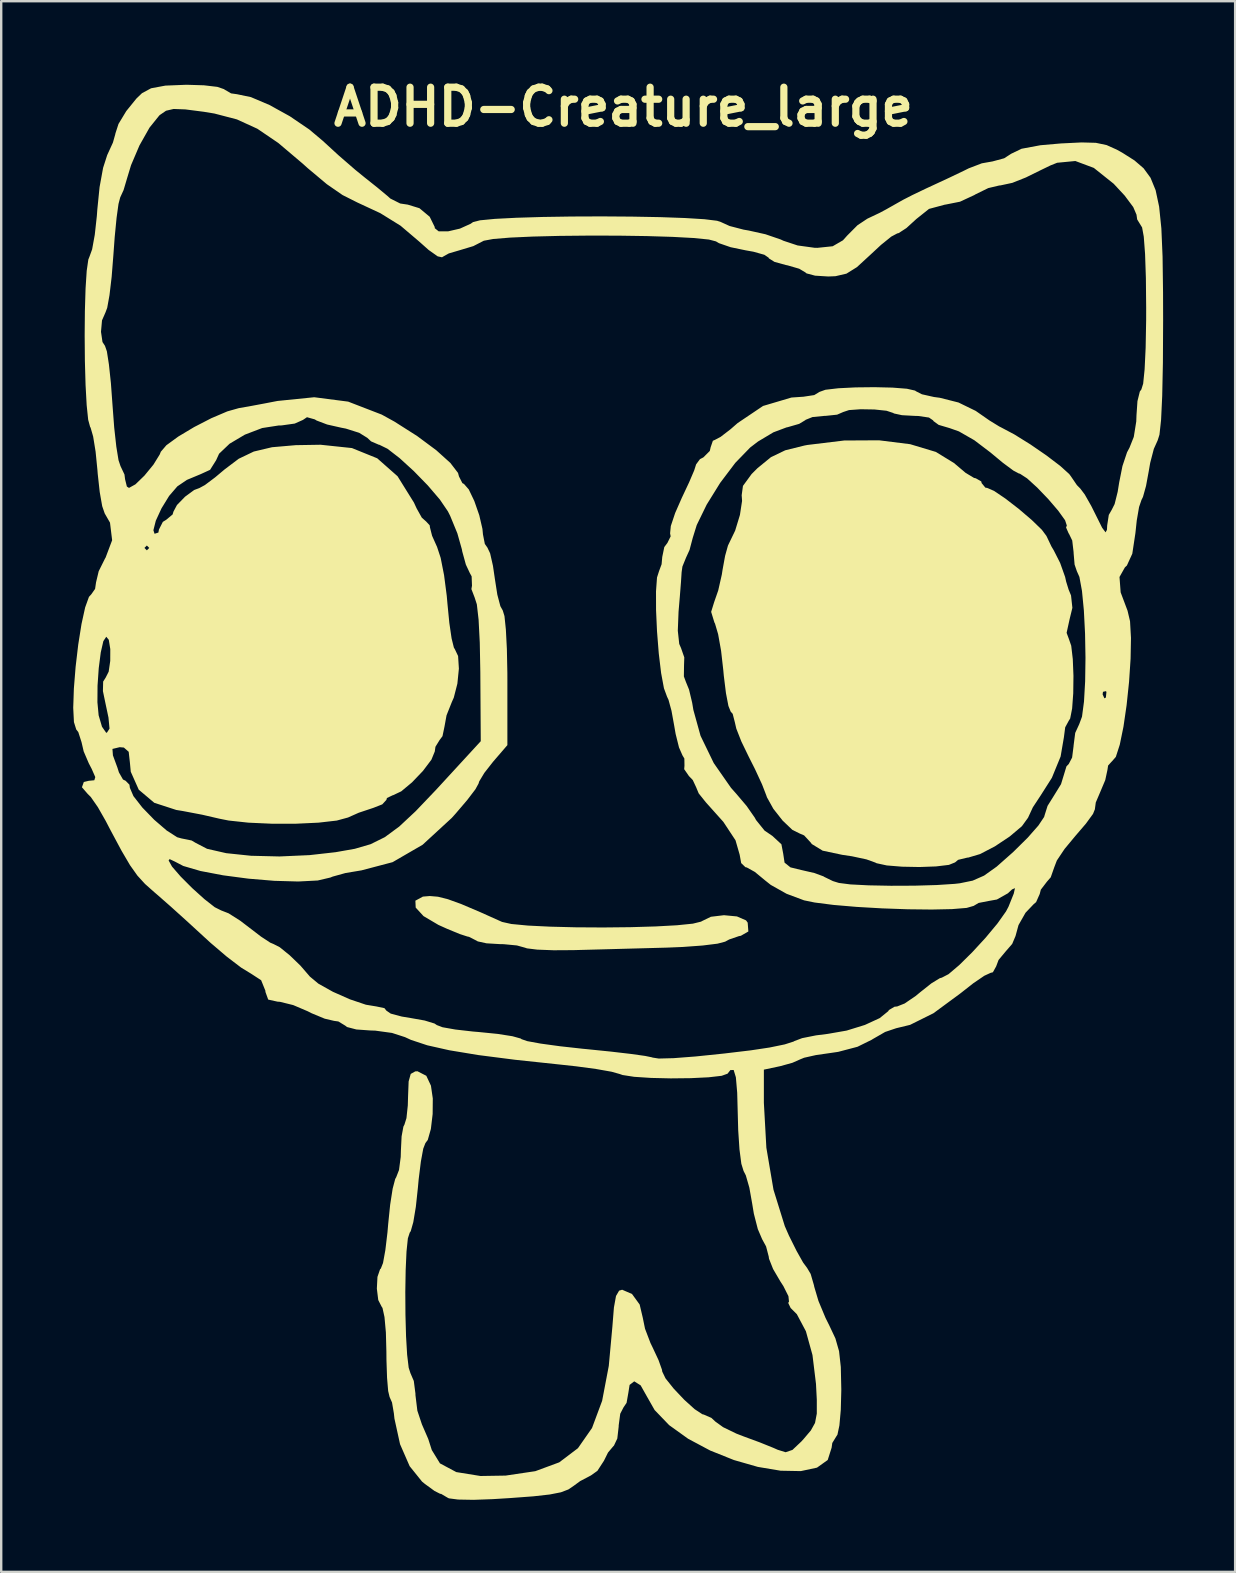
<source format=kicad_pcb>
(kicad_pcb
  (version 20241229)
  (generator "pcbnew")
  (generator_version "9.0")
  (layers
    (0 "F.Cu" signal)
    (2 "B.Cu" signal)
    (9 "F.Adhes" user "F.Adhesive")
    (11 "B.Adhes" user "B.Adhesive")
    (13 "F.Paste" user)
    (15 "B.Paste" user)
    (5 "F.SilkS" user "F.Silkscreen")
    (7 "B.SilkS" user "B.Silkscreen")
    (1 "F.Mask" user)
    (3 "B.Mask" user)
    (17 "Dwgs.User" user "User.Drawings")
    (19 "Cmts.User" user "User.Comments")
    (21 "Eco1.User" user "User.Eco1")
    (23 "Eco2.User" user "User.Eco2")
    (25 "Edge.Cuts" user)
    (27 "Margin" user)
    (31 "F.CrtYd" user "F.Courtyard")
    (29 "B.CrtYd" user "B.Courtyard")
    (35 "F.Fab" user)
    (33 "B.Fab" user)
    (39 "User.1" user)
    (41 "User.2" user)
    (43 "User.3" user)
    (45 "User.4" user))
  (footprint "ADHD-Creature_large"
    (layer "F.Cu")
    (at 22.923 28.074)
    (property "Reference" "ADHD-Creature_large" (at 0 -26.67 0) (layer "F.SilkS") (effects (font (size 1.5 1.5) (thickness 0.3))))
    (attr board_only exclude_from_pos_files exclude_from_bom)
    (fp_poly (pts (xy -7.73 6.229) (xy -7.315 6.333) (xy -6.751 6.538) (xy -5.964 6.873) (xy -5.059 7.279) (xy -4.672 7.365) (xy -3.981 7.431) (xy -3.063 7.476) (xy -1.995 7.503) (xy -0.856 7.51) (xy 0.28 7.498) (xy 1.333 7.467) (xy 2.228 7.418) (xy 2.887 7.351) (xy 3.234 7.266) (xy 3.256 7.25) (xy 3.64 7.064) (xy 4.184 6.999) (xy 4.725 7.05) (xy 5.103 7.214) (xy 5.172 7.309) (xy 5.2 7.677) (xy 4.888 7.856) (xy 4.806 7.871) (xy 4.401 8.01) (xy 4.233 8.101) (xy 3.914 8.185) (xy 3.291 8.262) (xy 2.465 8.322) (xy 1.814 8.349) (xy 0.667 8.38) (xy -0.579 8.414) (xy -1.714 8.444) (xy -2.086 8.454) (xy -2.912 8.459) (xy -3.594 8.433) (xy -4.023 8.38) (xy -4.102 8.353) (xy -4.44 8.259) (xy -4.993 8.206) (xy -5.157 8.203) (xy -5.708 8.17) (xy -6.072 8.09) (xy -6.121 8.061) (xy -6.437 7.9) (xy -6.507 7.886) (xy -6.82 7.784) (xy -7.351 7.565) (xy -7.711 7.403) (xy -8.332 7.036) (xy -8.657 6.682) (xy -8.67 6.394) (xy -8.357 6.224) (xy -8.069 6.2)) (stroke (width 0) (type solid)) (fill yes) (layer "F.SilkS"))
    (fp_poly (pts (xy 11.941 -12.621) (xy 13.011 -12.299) (xy 13.78 -11.827) (xy 13.812 -11.797) (xy 14.25 -11.427) (xy 14.599 -11.217) (xy 14.675 -11.2) (xy 14.902 -11.069) (xy 14.917 -11) (xy 15.074 -10.81) (xy 15.147 -10.8) (xy 15.435 -10.675) (xy 15.91 -10.354) (xy 16.468 -9.922) (xy 17.008 -9.461) (xy 17.426 -9.055) (xy 17.616 -8.8) (xy 17.826 -8.359) (xy 17.921 -8.2) (xy 18.187 -7.675) (xy 18.395 -7.09) (xy 18.437 -6.9) (xy 18.541 -6.563) (xy 18.641 -6.321) (xy 18.697 -5.805) (xy 18.581 -5.329) (xy 18.457 -4.763) (xy 18.548 -4.518) (xy 18.649 -4.227) (xy 18.714 -3.671) (xy 18.742 -2.97) (xy 18.733 -2.244) (xy 18.687 -1.612) (xy 18.605 -1.194) (xy 18.546 -1.1) (xy 18.398 -0.828) (xy 18.344 -0.413) (xy 18.207 0.388) (xy 17.843 1.276) (xy 17.383 2) (xy 17.05 2.506) (xy 16.85 2.939) (xy 16.594 3.292) (xy 16.091 3.717) (xy 15.468 4.132) (xy 14.85 4.453) (xy 14.363 4.598) (xy 14.322 4.6) (xy 13.937 4.693) (xy 13.809 4.8) (xy 13.553 4.903) (xy 13.018 4.967) (xy 12.327 4.992) (xy 11.602 4.978) (xy 10.966 4.926) (xy 10.542 4.834) (xy 10.484 4.805) (xy 10.12 4.674) (xy 9.518 4.545) (xy 9.11 4.484) (xy 8.295 4.311) (xy 7.843 4.035) (xy 7.8 3.975) (xy 7.523 3.675) (xy 7.347 3.6) (xy 7.034 3.445) (xy 6.63 3.061) (xy 6.242 2.569) (xy 5.975 2.089) (xy 5.944 2) (xy 5.771 1.552) (xy 5.476 0.914) (xy 5.217 0.4) (xy 4.908 -0.238) (xy 4.698 -0.773) (xy 4.637 -1.038) (xy 4.547 -1.389) (xy 4.464 -1.482) (xy 4.369 -1.718) (xy 4.267 -2.25) (xy 4.177 -2.978) (xy 4.156 -3.205) (xy 4.064 -4.016) (xy 3.941 -4.705) (xy 3.811 -5.147) (xy 3.784 -5.199) (xy 3.65 -5.637) (xy 3.774 -6.038) (xy 3.945 -6.53) (xy 4.094 -7.188) (xy 4.124 -7.381) (xy 4.231 -7.969) (xy 4.35 -8.397) (xy 4.39 -8.481) (xy 4.65 -9.021) (xy 4.849 -9.674) (xy 4.938 -10.26) (xy 4.922 -10.496) (xy 4.975 -10.884) (xy 5.335 -11.377) (xy 5.585 -11.627) (xy 6.14 -12.08) (xy 6.736 -12.367) (xy 7.542 -12.567) (xy 7.66 -12.589) (xy 9.193 -12.775) (xy 10.644 -12.783)) (stroke (width 0) (type solid)) (fill yes) (layer "F.SilkS"))
    (fp_poly (pts (xy -17.477 -27.571) (xy -16.917 -27.505) (xy -16.638 -27.409) (xy -16.631 -27.4) (xy -16.347 -27.234) (xy -16.103 -27.2) (xy -15.52 -27.078) (xy -14.749 -26.751) (xy -13.901 -26.282) (xy -13.09 -25.731) (xy -12.526 -25.256) (xy -11.869 -24.653) (xy -11.177 -24.053) (xy -10.785 -23.734) (xy -10.261 -23.317) (xy -9.841 -22.968) (xy -9.712 -22.853) (xy -9.302 -22.647) (xy -8.987 -22.6) (xy -8.501 -22.451) (xy -8.074 -22.095) (xy -7.865 -21.67) (xy -7.862 -21.618) (xy -7.699 -21.487) (xy -7.304 -21.488) (xy -6.814 -21.601) (xy -6.368 -21.803) (xy -6.268 -21.873) (xy -5.978 -21.947) (xy -5.354 -22.007) (xy -4.465 -22.053) (xy -3.38 -22.086) (xy -2.168 -22.105) (xy -0.899 -22.11) (xy 0.359 -22.101) (xy 1.537 -22.079) (xy 2.565 -22.042) (xy 3.375 -21.992) (xy 3.897 -21.928) (xy 4.051 -21.877) (xy 4.419 -21.71) (xy 4.999 -21.559) (xy 5.212 -21.522) (xy 5.913 -21.366) (xy 6.548 -21.148) (xy 6.664 -21.094) (xy 7.25 -20.9) (xy 7.954 -20.803) (xy 8.075 -20.8) (xy 8.712 -20.866) (xy 9.14 -21.114) (xy 9.321 -21.315) (xy 9.745 -21.741) (xy 10.156 -22.014) (xy 10.67 -22.258) (xy 10.936 -22.4) (xy 11.431 -22.68) (xy 11.642 -22.799) (xy 12.032 -22.999) (xy 12.614 -23.278) (xy 12.902 -23.411) (xy 13.576 -23.724) (xy 14.198 -24.022) (xy 14.379 -24.112) (xy 14.925 -24.321) (xy 15.371 -24.4) (xy 15.856 -24.531) (xy 16.151 -24.721) (xy 16.582 -24.928) (xy 17.365 -25.074) (xy 18.219 -25.149) (xy 19.084 -25.191) (xy 19.676 -25.175) (xy 20.122 -25.081) (xy 20.55 -24.889) (xy 20.803 -24.746) (xy 21.284 -24.441) (xy 21.663 -24.115) (xy 21.953 -23.718) (xy 22.165 -23.2) (xy 22.311 -22.514) (xy 22.404 -21.608) (xy 22.454 -20.433) (xy 22.474 -18.941) (xy 22.477 -17.781) (xy 22.468 -16.01) (xy 22.439 -14.631) (xy 22.392 -13.637) (xy 22.325 -13.018) (xy 22.25 -12.781) (xy 22.09 -12.426) (xy 21.938 -11.841) (xy 21.879 -11.5) (xy 21.765 -10.882) (xy 21.638 -10.426) (xy 21.576 -10.3) (xy 21.475 -10.004) (xy 21.379 -9.445) (xy 21.323 -8.92) (xy 21.193 -8.059) (xy 20.967 -7.566) (xy 20.886 -7.491) (xy 20.66 -7.09) (xy 20.708 -6.449) (xy 20.995 -5.686) (xy 21.099 -5.246) (xy 21.138 -4.55) (xy 21.122 -3.682) (xy 21.058 -2.721) (xy 20.956 -1.751) (xy 20.825 -0.852) (xy 20.672 -0.106) (xy 20.507 0.405) (xy 20.337 0.6) (xy 20.334 0.6) (xy 20.185 0.765) (xy 20.157 0.95) (xy 20.066 1.372) (xy 19.856 1.871) (xy 19.672 2.303) (xy 19.636 2.569) (xy 19.639 2.575) (xy 19.557 2.779) (xy 19.262 3.184) (xy 18.832 3.685) (xy 18.372 4.239) (xy 18.05 4.721) (xy 17.941 5.006) (xy 17.796 5.42) (xy 17.639 5.6) (xy 17.383 5.935) (xy 17.337 6.115) (xy 17.186 6.454) (xy 17.085 6.54) (xy 16.746 6.896) (xy 16.453 7.411) (xy 16.329 7.866) (xy 16.19 8.195) (xy 15.925 8.5) (xy 15.622 8.864) (xy 15.522 9.131) (xy 15.386 9.376) (xy 15.292 9.4) (xy 15.029 9.521) (xy 14.567 9.836) (xy 14.032 10.256) (xy 12.91 11.083) (xy 11.936 11.567) (xy 11.358 11.707) (xy 10.898 11.862) (xy 10.375 12.163) (xy 10.345 12.184) (xy 9.745 12.48) (xy 8.943 12.691) (xy 8.664 12.732) (xy 8.013 12.826) (xy 7.524 12.936) (xy 7.358 13.004) (xy 7.032 13.148) (xy 6.521 13.289) (xy 6.501 13.293) (xy 5.846 13.432) (xy 5.846 14.812) (xy 5.95 16.685) (xy 6.247 18.434) (xy 6.718 19.951) (xy 6.89 20.344) (xy 7.209 20.984) (xy 7.481 21.468) (xy 7.647 21.692) (xy 7.647 21.692) (xy 7.795 21.942) (xy 7.933 22.415) (xy 7.945 22.478) (xy 8.12 23.067) (xy 8.416 23.777) (xy 8.573 24.091) (xy 8.826 24.628) (xy 8.978 25.159) (xy 9.051 25.818) (xy 9.071 26.736) (xy 9.071 26.799) (xy 9.05 27.605) (xy 8.993 28.25) (xy 8.911 28.637) (xy 8.87 28.7) (xy 8.696 28.984) (xy 8.668 29.181) (xy 8.506 29.692) (xy 8.059 30.011) (xy 7.385 30.155) (xy 6.545 30.139) (xy 5.596 29.98) (xy 4.598 29.694) (xy 3.61 29.298) (xy 2.691 28.808) (xy 1.9 28.24) (xy 1.295 27.611) (xy 0.976 27.05) (xy 0.713 26.583) (xy 0.446 26.416) (xy 0.253 26.565) (xy 0.202 26.888) (xy 0.127 27.312) (xy 0 27.5) (xy -0.137 27.766) (xy -0.201 28.249) (xy -0.202 28.3) (xy -0.259 28.797) (xy -0.4 29.096) (xy -0.416 29.108) (xy -0.646 29.382) (xy -0.816 29.725) (xy -1.088 30.144) (xy -1.358 30.336) (xy -1.804 30.57) (xy -2.068 30.763) (xy -2.296 30.919) (xy -2.608 31.038) (xy -3.072 31.129) (xy -3.759 31.206) (xy -4.739 31.279) (xy -5.447 31.323) (xy -6.246 31.352) (xy -6.89 31.34) (xy -7.274 31.29) (xy -7.328 31.263) (xy -7.596 31.105) (xy -7.639 31.1) (xy -7.873 30.982) (xy -8.273 30.69) (xy -8.393 30.592) (xy -8.909 29.95) (xy -9.309 29.034) (xy -9.543 27.966) (xy -9.566 27.749) (xy -9.643 27.297) (xy -9.745 27.066) (xy -9.804 26.818) (xy -9.85 26.271) (xy -9.875 25.523) (xy -9.878 25.178) (xy -9.899 24.378) (xy -9.957 23.738) (xy -10.04 23.358) (xy -10.079 23.3) (xy -10.217 23.029) (xy -10.275 22.555) (xy -10.25 22.065) (xy -10.14 21.744) (xy -10.11 21.719) (xy -10.018 21.484) (xy -9.921 20.949) (xy -9.833 20.209) (xy -9.803 19.862) (xy -9.72 19.052) (xy -9.617 18.391) (xy -9.51 17.984) (xy -9.47 17.915) (xy -9.352 17.611) (xy -9.281 17.068) (xy -9.273 16.793) (xy -9.244 16.21) (xy -9.169 15.805) (xy -9.126 15.721) (xy -9.042 15.452) (xy -8.986 14.924) (xy -8.975 14.537) (xy -8.951 13.922) (xy -8.864 13.61) (xy -8.676 13.505) (xy -8.582 13.5) (xy -8.215 13.688) (xy -8.022 14.1) (xy -7.945 14.632) (xy -7.951 15.281) (xy -8.025 15.904) (xy -8.154 16.359) (xy -8.253 16.492) (xy -8.343 16.725) (xy -8.441 17.259) (xy -8.533 17.998) (xy -8.565 18.347) (xy -8.651 19.146) (xy -8.757 19.784) (xy -8.864 20.162) (xy -8.905 20.22) (xy -8.983 20.46) (xy -9.04 21.011) (xy -9.075 21.783) (xy -9.09 22.688) (xy -9.084 23.635) (xy -9.059 24.538) (xy -9.014 25.305) (xy -8.949 25.849) (xy -8.877 26.073) (xy -8.736 26.4) (xy -8.668 26.924) (xy -8.667 26.99) (xy -8.588 27.639) (xy -8.398 28.209) (xy -8.396 28.213) (xy -8.134 28.817) (xy -7.987 29.277) (xy -7.646 29.833) (xy -6.966 30.196) (xy -5.958 30.359) (xy -4.912 30.342) (xy -3.674 30.158) (xy -2.678 29.79) (xy -1.899 29.201) (xy -1.312 28.359) (xy -0.891 27.227) (xy -0.614 25.773) (xy -0.465 24.15) (xy -0.4 23.34) (xy -0.313 22.86) (xy -0.184 22.639) (xy -0.057 22.6) (xy 0.353 22.777) (xy 0.672 23.216) (xy 0.8 23.758) (xy 0.895 24.223) (xy 1.123 24.821) (xy 1.21 25) (xy 1.458 25.531) (xy 1.6 25.928) (xy 1.613 26.01) (xy 1.749 26.292) (xy 2.089 26.718) (xy 2.528 27.182) (xy 2.961 27.574) (xy 3.285 27.787) (xy 3.343 27.8) (xy 3.661 27.939) (xy 3.821 28.089) (xy 4.148 28.325) (xy 4.7 28.593) (xy 5.005 28.711) (xy 5.67 28.956) (xy 6.25 29.19) (xy 6.421 29.266) (xy 6.751 29.369) (xy 7.037 29.272) (xy 7.41 28.919) (xy 7.504 28.815) (xy 7.803 28.462) (xy 7.977 28.149) (xy 8.051 27.76) (xy 8.051 27.179) (xy 8.017 26.521) (xy 7.871 25.321) (xy 7.597 24.33) (xy 7.219 23.618) (xy 6.961 23.361) (xy 6.86 23.149) (xy 6.893 23.095) (xy 6.869 22.868) (xy 6.659 22.449) (xy 6.534 22.256) (xy 6.23 21.737) (xy 6.06 21.308) (xy 6.048 21.217) (xy 5.938 20.796) (xy 5.774 20.495) (xy 5.594 20.075) (xy 5.429 19.433) (xy 5.358 19.005) (xy 5.241 18.347) (xy 5.094 17.836) (xy 5.001 17.654) (xy 4.908 17.354) (xy 4.83 16.754) (xy 4.777 15.953) (xy 4.762 15.399) (xy 4.735 14.392) (xy 4.68 13.752) (xy 4.588 13.448) (xy 4.452 13.449) (xy 4.334 13.6) (xy 4.087 13.689) (xy 3.541 13.751) (xy 2.8 13.787) (xy 1.968 13.796) (xy 1.148 13.777) (xy 0.444 13.731) (xy -0.04 13.656) (xy -0.154 13.616) (xy -0.494 13.52) (xy -1.133 13.407) (xy -1.97 13.294) (xy -2.621 13.223) (xy -4.516 13.021) (xy -6.047 12.825) (xy -7.255 12.625) (xy -8.178 12.417) (xy -8.856 12.192) (xy -9.103 12.078) (xy -9.644 11.903) (xy -10.342 11.807) (xy -10.552 11.8) (xy -11.128 11.759) (xy -11.518 11.657) (xy -11.591 11.6) (xy -11.879 11.425) (xy -12.06 11.4) (xy -12.448 11.309) (xy -12.993 11.083) (xy -13.156 11) (xy -13.759 10.743) (xy -14.31 10.607) (xy -14.413 10.6) (xy -14.801 10.514) (xy -14.917 10.192) (xy -14.917 10.149) (xy -15.095 9.708) (xy -15.511 9.437) (xy -15.928 9.182) (xy -16.524 8.728) (xy -17.194 8.157) (xy -17.434 7.938) (xy -18.147 7.283) (xy -18.856 6.643) (xy -19.436 6.134) (xy -19.552 6.035) (xy -19.932 5.697) (xy -20.249 5.35) (xy -20.557 4.916) (xy -20.911 4.313) (xy -21.368 3.46) (xy -21.57 3.072) (xy -21.897 2.498) (xy -22.192 2.074) (xy -22.326 1.94) (xy -22.56 1.669) (xy -22.482 1.45) (xy -22.275 1.4) (xy -22.044 1.378) (xy -22.004 1.246) (xy -22.154 0.903) (xy -22.274 0.673) (xy -22.488 0.174) (xy -22.511 0.073) (xy -21.289 0.073) (xy -21.269 0.344) (xy -21.266 0.35) (xy -21.081 0.854) (xy -21.019 1.05) (xy -20.85 1.346) (xy -20.74 1.4) (xy -20.581 1.562) (xy -20.562 1.696) (xy -20.415 2.038) (xy -20.044 2.514) (xy -19.549 3.024) (xy -19.031 3.47) (xy -18.594 3.751) (xy -18.419 3.8) (xy -17.993 3.886) (xy -17.83 3.982) (xy -17.348 4.233) (xy -16.55 4.415) (xy -15.517 4.523) (xy -14.332 4.552) (xy -13.076 4.496) (xy -11.994 4.374) (xy -11.193 4.233) (xy -10.535 4.041) (xy -9.944 3.748) (xy -9.344 3.307) (xy -8.659 2.667) (xy -7.812 1.779) (xy -7.579 1.526) (xy -5.947 -0.249) (xy -5.965 -3.132) (xy -5.988 -4.354) (xy -6.037 -5.308) (xy -6.11 -5.95) (xy -6.201 -6.232) (xy -6.337 -6.586) (xy -6.312 -6.727) (xy -6.327 -7.117) (xy -6.402 -7.253) (xy -6.567 -7.605) (xy -6.717 -8.15) (xy -6.735 -8.247) (xy -6.922 -8.908) (xy -7.221 -9.636) (xy -7.316 -9.824) (xy -7.651 -10.316) (xy -8.153 -10.903) (xy -8.738 -11.503) (xy -9.325 -12.039) (xy -9.832 -12.431) (xy -10.175 -12.599) (xy -10.196 -12.6) (xy -10.516 -12.739) (xy -10.671 -12.884) (xy -11.011 -13.095) (xy -11.567 -13.271) (xy -11.754 -13.307) (xy -12.346 -13.441) (xy -12.785 -13.607) (xy -12.86 -13.654) (xy -13.186 -13.745) (xy -13.354 -13.632) (xy -13.696 -13.48) (xy -14.244 -13.403) (xy -14.368 -13.4) (xy -15.052 -13.294) (xy -15.772 -13.019) (xy -16.409 -12.641) (xy -16.847 -12.224) (xy -16.971 -11.952) (xy -17.222 -11.553) (xy -17.61 -11.375) (xy -18.188 -11.134) (xy -18.586 -10.864) (xy -18.928 -10.466) (xy -19.245 -9.95) (xy -19.483 -9.434) (xy -19.583 -9.037) (xy -19.535 -8.889) (xy -19.375 -8.941) (xy -19.352 -9.067) (xy -19.19 -9.386) (xy -19.05 -9.472) (xy -18.783 -9.694) (xy -18.748 -9.812) (xy -18.601 -10.088) (xy -18.263 -10.435) (xy -17.885 -10.713) (xy -17.67 -10.793) (xy -17.437 -10.92) (xy -17.011 -11.24) (xy -16.615 -11.572) (xy -16.028 -12.015) (xy -15.401 -12.315) (xy -14.641 -12.495) (xy -13.651 -12.581) (xy -12.621 -12.598) (xy -11.313 -12.46) (xy -10.259 -12.033) (xy -9.413 -11.286) (xy -8.73 -10.189) (xy -8.62 -9.95) (xy -8.402 -9.56) (xy -8.221 -9.4) (xy -8.074 -9.241) (xy -8.062 -9.15) (xy -7.974 -8.805) (xy -7.766 -8.339) (xy -7.617 -7.886) (xy -7.475 -7.164) (xy -7.363 -6.302) (xy -7.335 -5.983) (xy -7.256 -5.176) (xy -7.162 -4.532) (xy -7.066 -4.146) (xy -7.026 -4.082) (xy -6.891 -3.797) (xy -6.858 -3.271) (xy -6.921 -2.646) (xy -7.07 -2.065) (xy -7.155 -1.873) (xy -7.373 -1.325) (xy -7.457 -0.862) (xy -7.541 -0.458) (xy -7.66 -0.3) (xy -7.835 -0.016) (xy -7.862 0.178) (xy -8.003 0.522) (xy -8.355 0.989) (xy -8.81 1.465) (xy -9.26 1.84) (xy -9.598 2) (xy -9.609 2) (xy -9.855 2.117) (xy -9.878 2.196) (xy -10.05 2.382) (xy -10.419 2.527) (xy -11.03 2.731) (xy -11.477 2.93) (xy -11.945 3.057) (xy -12.705 3.144) (xy -13.645 3.188) (xy -14.656 3.188) (xy -15.629 3.144) (xy -16.452 3.055) (xy -16.833 2.979) (xy -17.552 2.813) (xy -18.376 2.656) (xy -18.63 2.615) (xy -19.546 2.317) (xy -20.193 1.771) (xy -20.526 1.023) (xy -20.561 0.65) (xy -20.612 0.192) (xy -20.813 0.016) (xy -20.987 0) (xy -21.289 0.073) (xy -22.511 0.073) (xy -22.577 -0.21) (xy -22.711 -0.627) (xy -22.797 -0.737) (xy -22.893 -1.045) (xy -22.923 -1.643) (xy -22.915 -1.872) (xy -21.915 -1.872) (xy -21.864 -1.325) (xy -21.863 -1.323) (xy -21.725 -0.853) (xy -21.556 -0.609) (xy -21.522 -0.6) (xy -21.411 -0.773) (xy -21.455 -1.239) (xy -21.458 -1.25) (xy -21.585 -1.851) (xy -21.686 -2.337) (xy -21.676 -2.733) (xy -21.571 -2.899) (xy -21.446 -3.146) (xy -21.381 -3.593) (xy -21.379 -4.086) (xy -21.441 -4.472) (xy -21.546 -4.6) (xy -21.668 -4.418) (xy -21.776 -3.945) (xy -21.86 -3.291) (xy -21.91 -2.563) (xy -21.915 -1.872) (xy -22.915 -1.872) (xy -22.896 -2.441) (xy -22.823 -3.349) (xy -22.714 -4.275) (xy -22.578 -5.13) (xy -22.426 -5.822) (xy -22.268 -6.261) (xy -22.171 -6.367) (xy -22.012 -6.594) (xy -21.972 -6.867) (xy -21.862 -7.329) (xy -21.597 -7.862) (xy -21.576 -7.894) (xy -21.423 -8.3) (xy -19.957 -8.3) (xy -19.856 -8.2) (xy -19.756 -8.3) (xy -19.856 -8.4) (xy -19.957 -8.3) (xy -21.423 -8.3) (xy -21.302 -8.621) (xy -21.391 -9.353) (xy -21.612 -9.738) (xy -21.716 -10.041) (xy -21.819 -10.628) (xy -21.902 -11.383) (xy -21.914 -11.538) (xy -21.991 -12.312) (xy -22.093 -12.941) (xy -22.199 -13.31) (xy -22.219 -13.341) (xy -22.3 -13.639) (xy -22.363 -14.251) (xy -22.409 -15.095) (xy -22.437 -16.086) (xy -22.446 -17.14) (xy -22.445 -17.302) (xy -21.766 -17.302) (xy -21.704 -16.877) (xy -21.6 -16.718) (xy -21.521 -16.489) (xy -21.436 -15.942) (xy -21.353 -15.161) (xy -21.287 -14.257) (xy -21.216 -13.316) (xy -21.128 -12.52) (xy -21.036 -11.955) (xy -20.954 -11.71) (xy -20.788 -11.359) (xy -20.763 -11.16) (xy -20.688 -10.857) (xy -20.6 -10.8) (xy -20.331 -10.949) (xy -19.956 -11.313) (xy -19.582 -11.769) (xy -19.319 -12.194) (xy -19.274 -12.307) (xy -19.043 -12.577) (xy -18.545 -12.94) (xy -17.885 -13.335) (xy -17.169 -13.704) (xy -16.503 -13.988) (xy -16.026 -14.123) (xy -15.615 -14.194) (xy -14.968 -14.315) (xy -14.413 -14.422) (xy -12.883 -14.577) (xy -11.47 -14.394) (xy -10.072 -13.854) (xy -9.542 -13.562) (xy -8.597 -12.961) (xy -7.801 -12.37) (xy -7.214 -11.841) (xy -6.894 -11.424) (xy -6.854 -11.277) (xy -6.712 -10.999) (xy -6.645 -10.964) (xy -6.446 -10.736) (xy -6.216 -10.256) (xy -6.009 -9.662) (xy -5.877 -9.093) (xy -5.855 -8.862) (xy -5.777 -8.466) (xy -5.671 -8.316) (xy -5.557 -8.075) (xy -5.439 -7.556) (xy -5.359 -7.011) (xy -5.257 -6.355) (xy -5.13 -5.873) (xy -5.03 -5.694) (xy -4.959 -5.46) (xy -4.901 -4.901) (xy -4.859 -4.09) (xy -4.839 -3.102) (xy -4.838 -2.831) (xy -4.838 -0.085) (xy -5.435 0.608) (xy -5.797 1.07) (xy -6.013 1.428) (xy -6.039 1.516) (xy -6.171 1.756) (xy -6.512 2.203) (xy -6.998 2.772) (xy -7.157 2.949) (xy -8.37 4.065) (xy -9.62 4.79) (xy -10.922 5.133) (xy -10.94 5.135) (xy -11.584 5.243) (xy -12.117 5.391) (xy -12.209 5.429) (xy -12.737 5.553) (xy -13.549 5.595) (xy -14.544 5.567) (xy -15.622 5.477) (xy -16.681 5.337) (xy -17.62 5.158) (xy -18.339 4.948) (xy -18.689 4.765) (xy -18.908 4.662) (xy -18.949 4.719) (xy -18.808 4.973) (xy -18.449 5.387) (xy -17.969 5.868) (xy -17.463 6.325) (xy -17.028 6.666) (xy -16.76 6.8) (xy -16.452 6.92) (xy -15.968 7.227) (xy -15.61 7.5) (xy -15.105 7.887) (xy -14.719 8.141) (xy -14.579 8.2) (xy -14.318 8.334) (xy -13.906 8.668) (xy -13.458 9.1) (xy -13.087 9.529) (xy -13.069 9.552) (xy -12.71 9.851) (xy -12.104 10.19) (xy -11.397 10.503) (xy -10.73 10.728) (xy -10.294 10.8) (xy -9.959 10.871) (xy -9.878 10.974) (xy -9.697 11.098) (xy -9.235 11.221) (xy -8.878 11.28) (xy -8.282 11.386) (xy -7.873 11.511) (xy -7.776 11.576) (xy -7.541 11.666) (xy -7.005 11.761) (xy -6.27 11.845) (xy -6.018 11.866) (xy -5.24 11.944) (xy -4.628 12.04) (xy -4.283 12.136) (xy -4.247 12.163) (xy -4.014 12.244) (xy -3.458 12.346) (xy -2.658 12.456) (xy -1.693 12.563) (xy -1.515 12.58) (xy -0.531 12.68) (xy 0.301 12.777) (xy 0.901 12.861) (xy 1.192 12.921) (xy 1.205 12.929) (xy 1.468 12.97) (xy 2.084 12.954) (xy 3.006 12.883) (xy 4.188 12.761) (xy 5.303 12.628) (xy 6.081 12.511) (xy 6.714 12.381) (xy 7.085 12.262) (xy 7.117 12.242) (xy 7.44 12.12) (xy 8.02 12.004) (xy 8.511 11.942) (xy 9.294 11.805) (xy 10.054 11.57) (xy 10.672 11.285) (xy 11.028 10.996) (xy 11.054 10.95) (xy 11.286 10.812) (xy 11.399 10.8) (xy 11.711 10.676) (xy 12.168 10.364) (xy 12.367 10.2) (xy 12.824 9.838) (xy 13.174 9.624) (xy 13.259 9.6) (xy 13.538 9.455) (xy 13.986 9.075) (xy 14.526 8.542) (xy 15.082 7.938) (xy 15.576 7.344) (xy 15.932 6.842) (xy 16.037 6.643) (xy 16.256 6.097) (xy 16.305 5.872) (xy 16.183 5.925) (xy 16.012 6.086) (xy 15.553 6.345) (xy 15.246 6.4) (xy 14.791 6.488) (xy 14.584 6.611) (xy 14.294 6.695) (xy 13.685 6.745) (xy 12.839 6.763) (xy 11.84 6.752) (xy 10.77 6.714) (xy 9.712 6.653) (xy 8.747 6.571) (xy 7.959 6.47) (xy 7.521 6.38) (xy 6.792 6.107) (xy 6.132 5.736) (xy 5.897 5.549) (xy 5.471 5.197) (xy 5.133 5.009) (xy 5.079 5) (xy 4.901 4.828) (xy 4.838 4.479) (xy 4.665 3.879) (xy 4.159 3.112) (xy 3.426 2.293) (xy 3.131 1.924) (xy 3.024 1.667) (xy 2.884 1.368) (xy 2.724 1.202) (xy 2.527 0.916) (xy 2.539 0.769) (xy 2.534 0.472) (xy 2.455 0.341) (xy 2.311 0.012) (xy 2.17 -0.555) (xy 2.11 -0.9) (xy 1.998 -1.518) (xy 1.874 -1.973) (xy 1.814 -2.1) (xy 1.684 -2.453) (xy 1.566 -3.088) (xy 1.468 -3.907) (xy 1.396 -4.813) (xy 1.394 -4.851) (xy 2.261 -4.851) (xy 2.321 -4.301) (xy 2.396 -4.128) (xy 2.531 -3.741) (xy 2.52 -3.4) (xy 2.514 -2.947) (xy 2.6 -2.715) (xy 2.729 -2.399) (xy 2.86 -1.848) (xy 2.909 -1.554) (xy 3.208 -0.474) (xy 3.759 0.663) (xy 4.477 1.693) (xy 4.691 1.934) (xy 5.128 2.449) (xy 5.467 2.936) (xy 5.52 3.034) (xy 5.876 3.476) (xy 6.202 3.697) (xy 6.577 4.044) (xy 6.652 4.438) (xy 6.708 4.809) (xy 6.953 5.006) (xy 7.408 5.117) (xy 7.955 5.243) (xy 8.329 5.381) (xy 8.366 5.405) (xy 8.722 5.578) (xy 8.971 5.655) (xy 9.445 5.716) (xy 10.206 5.755) (xy 11.138 5.773) (xy 12.125 5.769) (xy 13.051 5.742) (xy 13.8 5.693) (xy 14.008 5.669) (xy 14.544 5.559) (xy 15.019 5.35) (xy 15.542 4.977) (xy 16.223 4.375) (xy 16.253 4.346) (xy 16.835 3.771) (xy 17.281 3.264) (xy 17.52 2.907) (xy 17.543 2.827) (xy 17.664 2.444) (xy 17.941 2) (xy 18.224 1.541) (xy 18.34 1.162) (xy 18.45 0.8) (xy 18.546 0.7) (xy 18.686 0.432) (xy 18.747 -0.046) (xy 18.748 -0.072) (xy 18.815 -0.594) (xy 18.977 -0.947) (xy 18.979 -0.949) (xy 19.098 -1.271) (xy 19.181 -1.9) (xy 19.198 -2.2) (xy 19.957 -2.2) (xy 20.031 -2.035) (xy 20.092 -2.067) (xy 20.116 -2.304) (xy 20.092 -2.333) (xy 19.972 -2.306) (xy 19.957 -2.2) (xy 19.198 -2.2) (xy 19.229 -2.747) (xy 19.243 -3.721) (xy 19.225 -4.733) (xy 19.176 -5.693) (xy 19.097 -6.509) (xy 18.99 -7.092) (xy 18.883 -7.333) (xy 18.789 -7.608) (xy 18.748 -8.092) (xy 18.748 -8.122) (xy 18.691 -8.609) (xy 18.553 -8.895) (xy 18.543 -8.902) (xy 18.434 -9.152) (xy 18.466 -9.233) (xy 18.393 -9.453) (xy 18.107 -9.851) (xy 17.692 -10.335) (xy 17.232 -10.814) (xy 16.811 -11.197) (xy 16.513 -11.391) (xy 16.469 -11.4) (xy 16.238 -11.523) (xy 15.804 -11.845) (xy 15.276 -12.283) (xy 14.613 -12.786) (xy 13.969 -13.155) (xy 13.58 -13.292) (xy 13.126 -13.426) (xy 12.905 -13.588) (xy 12.902 -13.609) (xy 12.723 -13.731) (xy 12.28 -13.796) (xy 12.129 -13.8) (xy 11.6 -13.829) (xy 11.265 -13.901) (xy 11.233 -13.922) (xy 10.956 -14.014) (xy 10.453 -14.067) (xy 9.88 -14.077) (xy 9.393 -14.042) (xy 9.147 -13.96) (xy 9.146 -13.959) (xy 8.897 -13.851) (xy 8.421 -13.801) (xy 8.366 -13.8) (xy 7.873 -13.752) (xy 7.584 -13.636) (xy 7.574 -13.623) (xy 7.317 -13.468) (xy 6.839 -13.33) (xy 6.788 -13.32) (xy 6.242 -13.115) (xy 5.601 -12.732) (xy 5.275 -12.482) (xy 4.657 -11.845) (xy 4.026 -11.01) (xy 3.464 -10.104) (xy 3.05 -9.254) (xy 2.884 -8.721) (xy 2.75 -8.216) (xy 2.602 -7.891) (xy 2.453 -7.524) (xy 2.42 -7.291) (xy 2.394 -6.889) (xy 2.343 -6.243) (xy 2.292 -5.642) (xy 2.261 -4.851) (xy 1.394 -4.851) (xy 1.355 -5.707) (xy 1.353 -6.491) (xy 1.395 -7.069) (xy 1.48 -7.335) (xy 1.586 -7.62) (xy 1.613 -7.922) (xy 1.698 -8.336) (xy 1.828 -8.508) (xy 1.963 -8.782) (xy 1.94 -8.908) (xy 1.97 -9.213) (xy 2.15 -9.753) (xy 2.43 -10.391) (xy 2.731 -11.031) (xy 2.945 -11.532) (xy 3.024 -11.782) (xy 3.184 -11.998) (xy 3.326 -12.072) (xy 3.594 -12.34) (xy 3.629 -12.494) (xy 3.722 -12.764) (xy 3.805 -12.8) (xy 4.043 -12.925) (xy 4.459 -13.245) (xy 4.754 -13.502) (xy 5.812 -14.214) (xy 6.996 -14.565) (xy 7.497 -14.599) (xy 7.944 -14.667) (xy 8.164 -14.8) (xy 8.41 -14.888) (xy 8.947 -14.951) (xy 9.665 -14.987) (xy 10.454 -14.996) (xy 11.204 -14.978) (xy 11.804 -14.931) (xy 12.145 -14.854) (xy 12.18 -14.827) (xy 12.43 -14.7) (xy 12.932 -14.587) (xy 13.177 -14.554) (xy 13.953 -14.358) (xy 14.671 -14.008) (xy 14.744 -13.957) (xy 15.246 -13.608) (xy 15.653 -13.358) (xy 15.724 -13.323) (xy 16.278 -13.029) (xy 16.944 -12.615) (xy 17.616 -12.153) (xy 18.191 -11.716) (xy 18.564 -11.379) (xy 18.633 -11.287) (xy 18.885 -10.917) (xy 19.029 -10.77) (xy 19.212 -10.527) (xy 19.486 -10.044) (xy 19.673 -9.67) (xy 19.936 -9.142) (xy 20.079 -8.949) (xy 20.137 -9.054) (xy 20.147 -9.238) (xy 20.214 -9.675) (xy 20.334 -9.884) (xy 20.457 -10.128) (xy 20.584 -10.637) (xy 20.647 -11.028) (xy 20.783 -11.711) (xy 20.974 -12.283) (xy 21.077 -12.477) (xy 21.255 -12.925) (xy 21.358 -13.567) (xy 21.368 -13.833) (xy 21.408 -14.415) (xy 21.507 -14.815) (xy 21.57 -14.9) (xy 21.646 -15.143) (xy 21.706 -15.738) (xy 21.749 -16.637) (xy 21.77 -17.793) (xy 21.771 -18.3) (xy 21.759 -19.543) (xy 21.725 -20.547) (xy 21.671 -21.266) (xy 21.601 -21.651) (xy 21.57 -21.7) (xy 21.396 -21.984) (xy 21.368 -22.182) (xy 21.232 -22.499) (xy 20.875 -22.977) (xy 20.417 -23.47) (xy 19.59 -24.13) (xy 18.821 -24.417) (xy 18.062 -24.344) (xy 17.787 -24.234) (xy 17.372 -24.033) (xy 16.824 -23.763) (xy 16.766 -23.734) (xy 16.195 -23.507) (xy 15.697 -23.4) (xy 15.657 -23.399) (xy 15.193 -23.289) (xy 14.654 -23.025) (xy 14.615 -23) (xy 14.016 -22.722) (xy 13.408 -22.601) (xy 13.393 -22.601) (xy 12.725 -22.422) (xy 12.196 -22) (xy 11.784 -21.624) (xy 11.462 -21.415) (xy 11.4 -21.4) (xy 11.153 -21.268) (xy 10.727 -20.924) (xy 10.278 -20.507) (xy 9.723 -19.997) (xy 9.286 -19.725) (xy 8.829 -19.619) (xy 8.529 -19.607) (xy 7.98 -19.641) (xy 7.623 -19.736) (xy 7.574 -19.777) (xy 7.318 -19.93) (xy 6.836 -20.07) (xy 6.755 -20.086) (xy 6.289 -20.215) (xy 6.054 -20.362) (xy 6.048 -20.386) (xy 5.868 -20.511) (xy 5.41 -20.639) (xy 5.09 -20.696) (xy 4.46 -20.827) (xy 3.975 -20.995) (xy 3.85 -21.069) (xy 3.556 -21.146) (xy 2.931 -21.209) (xy 2.046 -21.257) (xy 0.972 -21.29) (xy -0.219 -21.308) (xy -1.455 -21.31) (xy -2.666 -21.298) (xy -3.779 -21.27) (xy -4.724 -21.227) (xy -5.429 -21.169) (xy -5.821 -21.096) (xy -5.865 -21.073) (xy -6.257 -20.872) (xy -6.801 -20.708) (xy -7.279 -20.567) (xy -7.55 -20.415) (xy -7.556 -20.406) (xy -7.74 -20.445) (xy -8.117 -20.711) (xy -8.522 -21.071) (xy -9.288 -21.722) (xy -10.132 -22.245) (xy -11.087 -22.689) (xy -11.705 -23) (xy -12.359 -23.452) (xy -13.151 -24.116) (xy -13.374 -24.316) (xy -14.38 -25.168) (xy -15.253 -25.761) (xy -16.104 -26.15) (xy -17.042 -26.395) (xy -17.479 -26.467) (xy -18.253 -26.567) (xy -18.742 -26.585) (xy -19.057 -26.511) (xy -19.312 -26.336) (xy -19.339 -26.312) (xy -19.745 -25.807) (xy -20.163 -25.067) (xy -20.514 -24.244) (xy -20.679 -23.7) (xy -20.825 -23.207) (xy -20.966 -22.9) (xy -21.037 -22.629) (xy -21.117 -22.049) (xy -21.195 -21.251) (xy -21.25 -20.5) (xy -21.322 -19.593) (xy -21.412 -18.83) (xy -21.507 -18.303) (xy -21.579 -18.11) (xy -21.724 -17.779) (xy -21.766 -17.302) (xy -22.445 -17.302) (xy -22.437 -18.174) (xy -22.409 -19.103) (xy -22.361 -19.844) (xy -22.294 -20.312) (xy -22.251 -20.419) (xy -22.135 -20.739) (xy -22.025 -21.347) (xy -21.939 -22.127) (xy -21.919 -22.4) (xy -21.825 -23.33) (xy -21.679 -24.131) (xy -21.505 -24.672) (xy -21.491 -24.7) (xy -21.269 -25.185) (xy -21.168 -25.544) (xy -21.168 -25.557) (xy -21.037 -25.961) (xy -20.713 -26.497) (xy -20.289 -27.021) (xy -20.058 -27.243) (xy -19.679 -27.447) (xy -19.084 -27.558) (xy -18.205 -27.593)) (stroke (width 0) (type solid)) (fill yes) (layer "F.SilkS")))
  (gr_rect
    (start -3 -3)
    (end 48.4 62.426)
    (stroke (width 0.1) (type default))
    (fill no)
    (layer "Edge.Cuts")))
</source>
